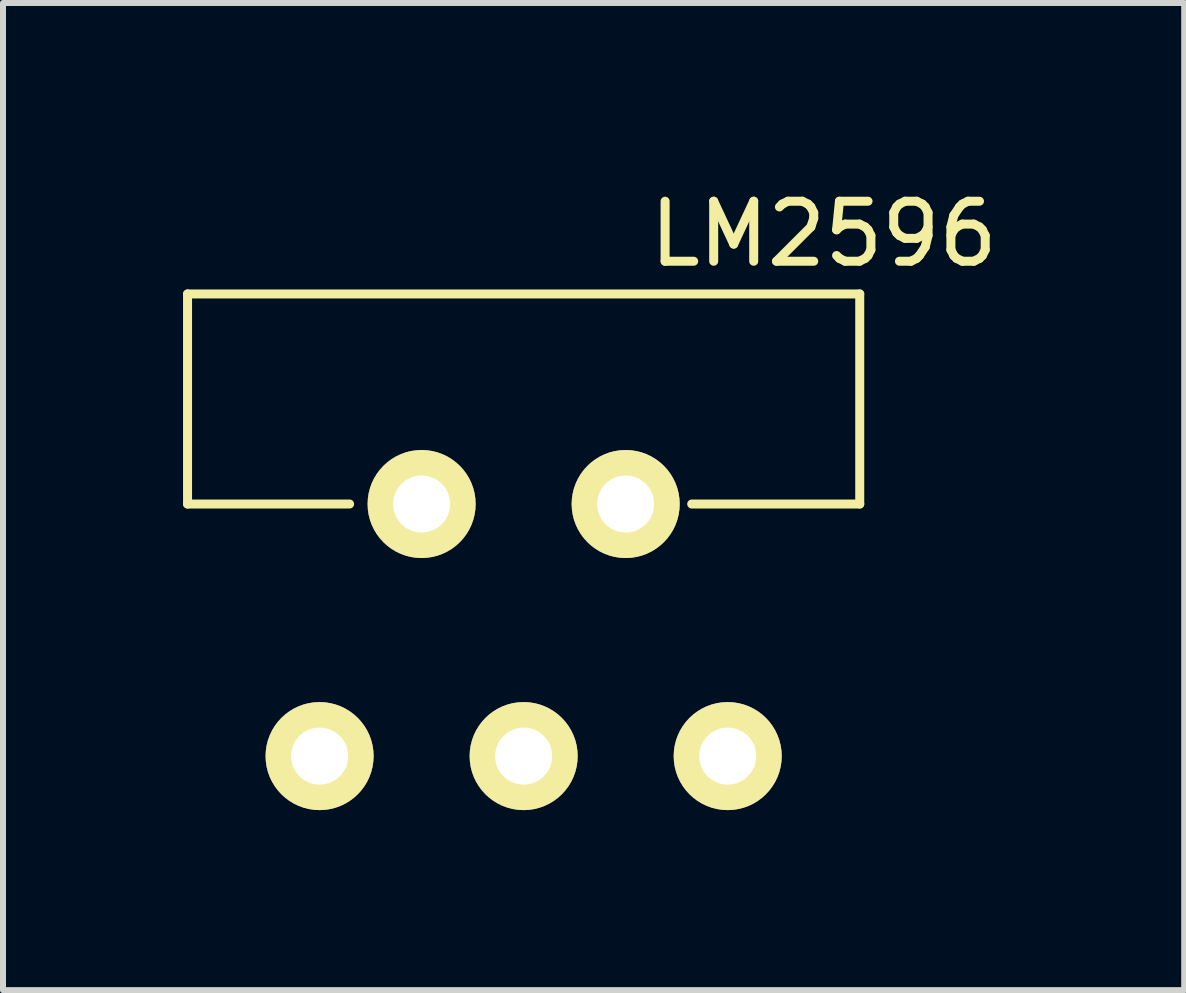
<source format=kicad_pcb>
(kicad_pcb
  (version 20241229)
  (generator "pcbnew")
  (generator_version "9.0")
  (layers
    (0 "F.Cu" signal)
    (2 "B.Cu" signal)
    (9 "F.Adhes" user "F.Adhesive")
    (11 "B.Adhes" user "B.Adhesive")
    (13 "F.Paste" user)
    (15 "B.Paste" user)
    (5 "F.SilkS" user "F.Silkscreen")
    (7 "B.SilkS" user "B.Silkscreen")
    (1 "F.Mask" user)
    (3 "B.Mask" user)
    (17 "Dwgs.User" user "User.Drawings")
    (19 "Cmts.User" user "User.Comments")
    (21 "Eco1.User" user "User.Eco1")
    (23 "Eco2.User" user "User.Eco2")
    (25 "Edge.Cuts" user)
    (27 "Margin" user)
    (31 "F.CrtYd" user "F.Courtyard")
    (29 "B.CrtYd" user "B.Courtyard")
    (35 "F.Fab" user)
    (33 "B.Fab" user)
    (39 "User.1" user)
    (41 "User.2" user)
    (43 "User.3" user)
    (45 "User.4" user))
  (footprint "LM2596"
    (layer "F.Cu")
    (at 5.675 5.348)
    (property "Reference" "LM2596" (at 5 -4.5 0) (layer "F.SilkS") (effects (font (size 1 1) (thickness 0.15))))
    (attr through_hole)
    (fp_line (start -5.6 -3.5) (end 5.6 -3.5) (stroke (width 0.15) (type solid)) (layer "F.SilkS"))
    (fp_line (start -5.6 0) (end -5.6 -3.5) (stroke (width 0.15) (type solid)) (layer "F.SilkS"))
    (fp_line (start -2.9 0) (end -5.6 0) (stroke (width 0.15) (type solid)) (layer "F.SilkS"))
    (fp_line (start 5.6 -3.5) (end 5.6 0) (stroke (width 0.15) (type solid)) (layer "F.SilkS"))
    (fp_line (start 5.6 0) (end 2.8 0) (stroke (width 0.15) (type solid)) (layer "F.SilkS"))
    (pad "1" thru_hole circle (at -3.4 4.2) (size 1.8 1.8) (drill 0.95) (layers "*.Cu" "*.Mask" "F.SilkS"))
    (pad "2" thru_hole circle (at -1.7 0) (size 1.8 1.8) (drill 0.95) (layers "*.Cu" "*.Mask" "F.SilkS"))
    (pad "3" thru_hole circle (at 0 4.2) (size 1.8 1.8) (drill 0.95) (layers "*.Cu" "*.Mask" "F.SilkS"))
    (pad "4" thru_hole circle (at 1.7 0) (size 1.8 1.8) (drill 0.95) (layers "*.Cu" "*.Mask" "F.SilkS"))
    (pad "5" thru_hole circle (at 3.4 4.2) (size 1.8 1.8) (drill 0.95) (layers "*.Cu" "*.Mask" "F.SilkS")))
  (gr_rect
    (start -3 -3)
    (end 16.681 13.448)
    (stroke (width 0.1) (type default))
    (fill no)
    (layer "Edge.Cuts")))
</source>
